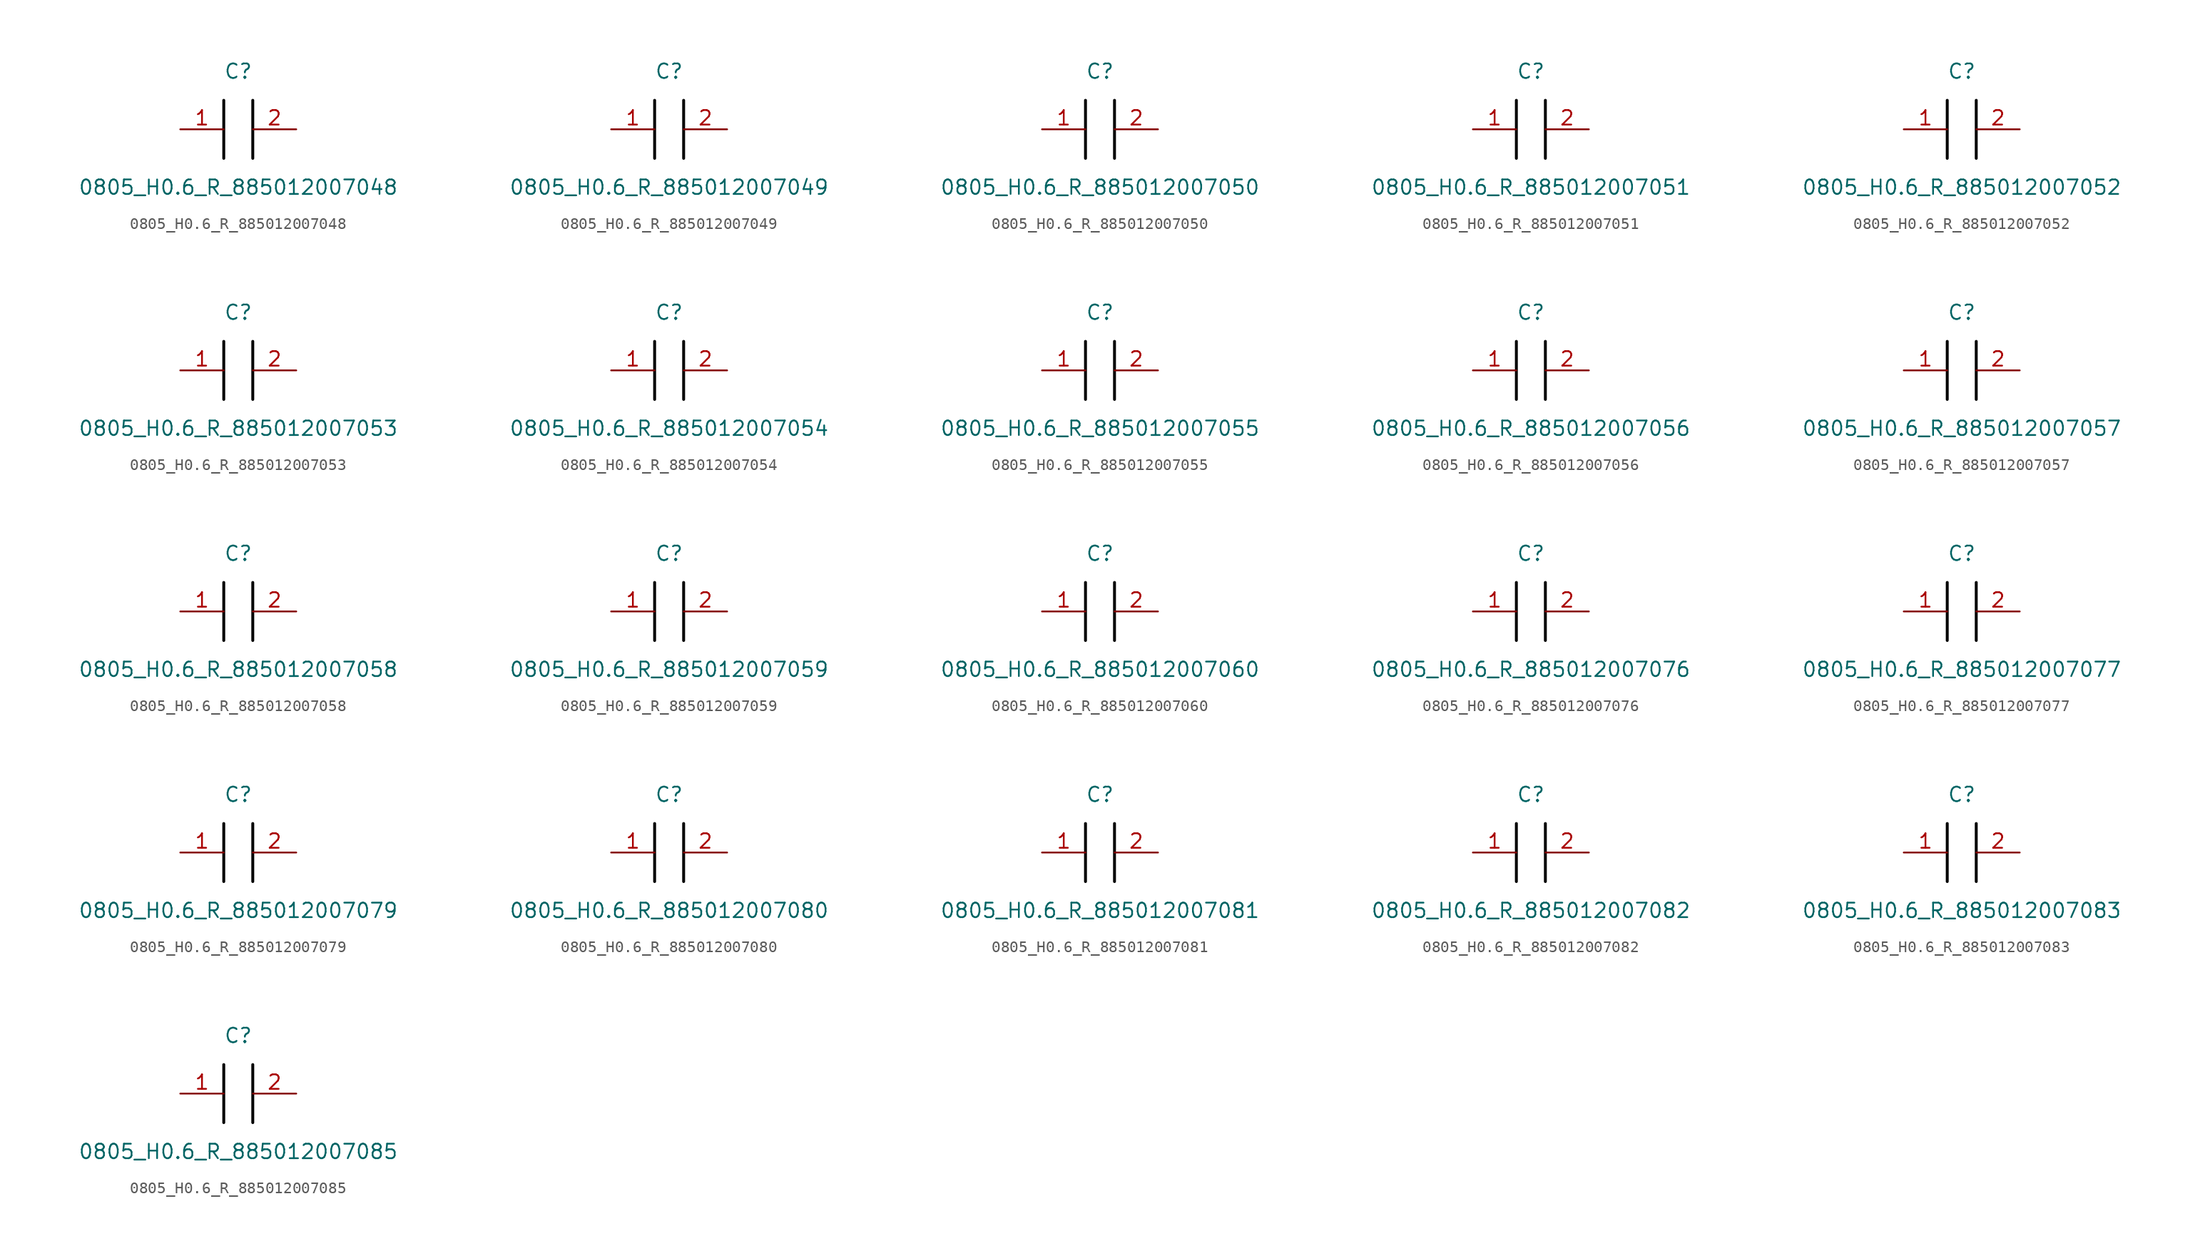
<source format=kicad_sym>
(kicad_symbol_lib
  (version 20220914)
  (generator kicad_symbol_editor)
  (symbol "0805_H0.6_R_885012007048"
    (pin_names hide)
    (property "Reference" "C"
      (at 0 5.08 0)
      (effects (font (size 1.27 1.27))))
    (property "Value" "0805_H0.6_R_885012007048"
      (at 0 -5.08 0)
      (effects (font (size 1.27 1.27))))
    (symbol "0805_H0.6_R_885012007048_1_1"
      (polyline (pts (xy -1.27 2.54) (xy -1.27 -2.54)) (stroke (width 0.254) (type default) (color 0 0 0 1)) (fill (type none)))
      (polyline (pts (xy 1.27 2.54) (xy 1.27 -2.54)) (stroke (width 0.254) (type default) (color 0 0 0 1)) (fill (type none)))
      (pin passive line (at -5.08 0 0) (length 3.81) (name "1" (effects (font (size 1.27 1.27)))) (number "1" (effects (font (size 1.27 1.27)))))
      (pin passive line (at 5.08 0 180) (length 3.81) (name "2" (effects (font (size 1.27 1.27)))) (number "2" (effects (font (size 1.27 1.27)))))))
  (symbol "0805_H0.6_R_885012007049"
    (pin_names hide)
    (property "Reference" "C"
      (at 0 5.08 0)
      (effects (font (size 1.27 1.27))))
    (property "Value" "0805_H0.6_R_885012007049"
      (at 0 -5.08 0)
      (effects (font (size 1.27 1.27))))
    (symbol "0805_H0.6_R_885012007049_1_1"
      (polyline (pts (xy -1.27 2.54) (xy -1.27 -2.54)) (stroke (width 0.254) (type default) (color 0 0 0 1)) (fill (type none)))
      (polyline (pts (xy 1.27 2.54) (xy 1.27 -2.54)) (stroke (width 0.254) (type default) (color 0 0 0 1)) (fill (type none)))
      (pin passive line (at -5.08 0 0) (length 3.81) (name "1" (effects (font (size 1.27 1.27)))) (number "1" (effects (font (size 1.27 1.27)))))
      (pin passive line (at 5.08 0 180) (length 3.81) (name "2" (effects (font (size 1.27 1.27)))) (number "2" (effects (font (size 1.27 1.27)))))))
  (symbol "0805_H0.6_R_885012007050"
    (pin_names hide)
    (property "Reference" "C"
      (at 0 5.08 0)
      (effects (font (size 1.27 1.27))))
    (property "Value" "0805_H0.6_R_885012007050"
      (at 0 -5.08 0)
      (effects (font (size 1.27 1.27))))
    (symbol "0805_H0.6_R_885012007050_1_1"
      (polyline (pts (xy -1.27 2.54) (xy -1.27 -2.54)) (stroke (width 0.254) (type default) (color 0 0 0 1)) (fill (type none)))
      (polyline (pts (xy 1.27 2.54) (xy 1.27 -2.54)) (stroke (width 0.254) (type default) (color 0 0 0 1)) (fill (type none)))
      (pin passive line (at -5.08 0 0) (length 3.81) (name "1" (effects (font (size 1.27 1.27)))) (number "1" (effects (font (size 1.27 1.27)))))
      (pin passive line (at 5.08 0 180) (length 3.81) (name "2" (effects (font (size 1.27 1.27)))) (number "2" (effects (font (size 1.27 1.27)))))))
  (symbol "0805_H0.6_R_885012007051"
    (pin_names hide)
    (property "Reference" "C"
      (at 0 5.08 0)
      (effects (font (size 1.27 1.27))))
    (property "Value" "0805_H0.6_R_885012007051"
      (at 0 -5.08 0)
      (effects (font (size 1.27 1.27))))
    (symbol "0805_H0.6_R_885012007051_1_1"
      (polyline (pts (xy -1.27 2.54) (xy -1.27 -2.54)) (stroke (width 0.254) (type default) (color 0 0 0 1)) (fill (type none)))
      (polyline (pts (xy 1.27 2.54) (xy 1.27 -2.54)) (stroke (width 0.254) (type default) (color 0 0 0 1)) (fill (type none)))
      (pin passive line (at -5.08 0 0) (length 3.81) (name "1" (effects (font (size 1.27 1.27)))) (number "1" (effects (font (size 1.27 1.27)))))
      (pin passive line (at 5.08 0 180) (length 3.81) (name "2" (effects (font (size 1.27 1.27)))) (number "2" (effects (font (size 1.27 1.27)))))))
  (symbol "0805_H0.6_R_885012007052"
    (pin_names hide)
    (property "Reference" "C"
      (at 0 5.08 0)
      (effects (font (size 1.27 1.27))))
    (property "Value" "0805_H0.6_R_885012007052"
      (at 0 -5.08 0)
      (effects (font (size 1.27 1.27))))
    (symbol "0805_H0.6_R_885012007052_1_1"
      (polyline (pts (xy -1.27 2.54) (xy -1.27 -2.54)) (stroke (width 0.254) (type default) (color 0 0 0 1)) (fill (type none)))
      (polyline (pts (xy 1.27 2.54) (xy 1.27 -2.54)) (stroke (width 0.254) (type default) (color 0 0 0 1)) (fill (type none)))
      (pin passive line (at -5.08 0 0) (length 3.81) (name "1" (effects (font (size 1.27 1.27)))) (number "1" (effects (font (size 1.27 1.27)))))
      (pin passive line (at 5.08 0 180) (length 3.81) (name "2" (effects (font (size 1.27 1.27)))) (number "2" (effects (font (size 1.27 1.27)))))))
  (symbol "0805_H0.6_R_885012007053"
    (pin_names hide)
    (property "Reference" "C"
      (at 0 5.08 0)
      (effects (font (size 1.27 1.27))))
    (property "Value" "0805_H0.6_R_885012007053"
      (at 0 -5.08 0)
      (effects (font (size 1.27 1.27))))
    (symbol "0805_H0.6_R_885012007053_1_1"
      (polyline (pts (xy -1.27 2.54) (xy -1.27 -2.54)) (stroke (width 0.254) (type default) (color 0 0 0 1)) (fill (type none)))
      (polyline (pts (xy 1.27 2.54) (xy 1.27 -2.54)) (stroke (width 0.254) (type default) (color 0 0 0 1)) (fill (type none)))
      (pin passive line (at -5.08 0 0) (length 3.81) (name "1" (effects (font (size 1.27 1.27)))) (number "1" (effects (font (size 1.27 1.27)))))
      (pin passive line (at 5.08 0 180) (length 3.81) (name "2" (effects (font (size 1.27 1.27)))) (number "2" (effects (font (size 1.27 1.27)))))))
  (symbol "0805_H0.6_R_885012007054"
    (pin_names hide)
    (property "Reference" "C"
      (at 0 5.08 0)
      (effects (font (size 1.27 1.27))))
    (property "Value" "0805_H0.6_R_885012007054"
      (at 0 -5.08 0)
      (effects (font (size 1.27 1.27))))
    (symbol "0805_H0.6_R_885012007054_1_1"
      (polyline (pts (xy -1.27 2.54) (xy -1.27 -2.54)) (stroke (width 0.254) (type default) (color 0 0 0 1)) (fill (type none)))
      (polyline (pts (xy 1.27 2.54) (xy 1.27 -2.54)) (stroke (width 0.254) (type default) (color 0 0 0 1)) (fill (type none)))
      (pin passive line (at -5.08 0 0) (length 3.81) (name "1" (effects (font (size 1.27 1.27)))) (number "1" (effects (font (size 1.27 1.27)))))
      (pin passive line (at 5.08 0 180) (length 3.81) (name "2" (effects (font (size 1.27 1.27)))) (number "2" (effects (font (size 1.27 1.27)))))))
  (symbol "0805_H0.6_R_885012007055"
    (pin_names hide)
    (property "Reference" "C"
      (at 0 5.08 0)
      (effects (font (size 1.27 1.27))))
    (property "Value" "0805_H0.6_R_885012007055"
      (at 0 -5.08 0)
      (effects (font (size 1.27 1.27))))
    (symbol "0805_H0.6_R_885012007055_1_1"
      (polyline (pts (xy -1.27 2.54) (xy -1.27 -2.54)) (stroke (width 0.254) (type default) (color 0 0 0 1)) (fill (type none)))
      (polyline (pts (xy 1.27 2.54) (xy 1.27 -2.54)) (stroke (width 0.254) (type default) (color 0 0 0 1)) (fill (type none)))
      (pin passive line (at -5.08 0 0) (length 3.81) (name "1" (effects (font (size 1.27 1.27)))) (number "1" (effects (font (size 1.27 1.27)))))
      (pin passive line (at 5.08 0 180) (length 3.81) (name "2" (effects (font (size 1.27 1.27)))) (number "2" (effects (font (size 1.27 1.27)))))))
  (symbol "0805_H0.6_R_885012007056"
    (pin_names hide)
    (property "Reference" "C"
      (at 0 5.08 0)
      (effects (font (size 1.27 1.27))))
    (property "Value" "0805_H0.6_R_885012007056"
      (at 0 -5.08 0)
      (effects (font (size 1.27 1.27))))
    (symbol "0805_H0.6_R_885012007056_1_1"
      (polyline (pts (xy -1.27 2.54) (xy -1.27 -2.54)) (stroke (width 0.254) (type default) (color 0 0 0 1)) (fill (type none)))
      (polyline (pts (xy 1.27 2.54) (xy 1.27 -2.54)) (stroke (width 0.254) (type default) (color 0 0 0 1)) (fill (type none)))
      (pin passive line (at -5.08 0 0) (length 3.81) (name "1" (effects (font (size 1.27 1.27)))) (number "1" (effects (font (size 1.27 1.27)))))
      (pin passive line (at 5.08 0 180) (length 3.81) (name "2" (effects (font (size 1.27 1.27)))) (number "2" (effects (font (size 1.27 1.27)))))))
  (symbol "0805_H0.6_R_885012007057"
    (pin_names hide)
    (property "Reference" "C"
      (at 0 5.08 0)
      (effects (font (size 1.27 1.27))))
    (property "Value" "0805_H0.6_R_885012007057"
      (at 0 -5.08 0)
      (effects (font (size 1.27 1.27))))
    (symbol "0805_H0.6_R_885012007057_1_1"
      (polyline (pts (xy -1.27 2.54) (xy -1.27 -2.54)) (stroke (width 0.254) (type default) (color 0 0 0 1)) (fill (type none)))
      (polyline (pts (xy 1.27 2.54) (xy 1.27 -2.54)) (stroke (width 0.254) (type default) (color 0 0 0 1)) (fill (type none)))
      (pin passive line (at -5.08 0 0) (length 3.81) (name "1" (effects (font (size 1.27 1.27)))) (number "1" (effects (font (size 1.27 1.27)))))
      (pin passive line (at 5.08 0 180) (length 3.81) (name "2" (effects (font (size 1.27 1.27)))) (number "2" (effects (font (size 1.27 1.27)))))))
  (symbol "0805_H0.6_R_885012007058"
    (pin_names hide)
    (property "Reference" "C"
      (at 0 5.08 0)
      (effects (font (size 1.27 1.27))))
    (property "Value" "0805_H0.6_R_885012007058"
      (at 0 -5.08 0)
      (effects (font (size 1.27 1.27))))
    (symbol "0805_H0.6_R_885012007058_1_1"
      (polyline (pts (xy -1.27 2.54) (xy -1.27 -2.54)) (stroke (width 0.254) (type default) (color 0 0 0 1)) (fill (type none)))
      (polyline (pts (xy 1.27 2.54) (xy 1.27 -2.54)) (stroke (width 0.254) (type default) (color 0 0 0 1)) (fill (type none)))
      (pin passive line (at -5.08 0 0) (length 3.81) (name "1" (effects (font (size 1.27 1.27)))) (number "1" (effects (font (size 1.27 1.27)))))
      (pin passive line (at 5.08 0 180) (length 3.81) (name "2" (effects (font (size 1.27 1.27)))) (number "2" (effects (font (size 1.27 1.27)))))))
  (symbol "0805_H0.6_R_885012007059"
    (pin_names hide)
    (property "Reference" "C"
      (at 0 5.08 0)
      (effects (font (size 1.27 1.27))))
    (property "Value" "0805_H0.6_R_885012007059"
      (at 0 -5.08 0)
      (effects (font (size 1.27 1.27))))
    (symbol "0805_H0.6_R_885012007059_1_1"
      (polyline (pts (xy -1.27 2.54) (xy -1.27 -2.54)) (stroke (width 0.254) (type default) (color 0 0 0 1)) (fill (type none)))
      (polyline (pts (xy 1.27 2.54) (xy 1.27 -2.54)) (stroke (width 0.254) (type default) (color 0 0 0 1)) (fill (type none)))
      (pin passive line (at -5.08 0 0) (length 3.81) (name "1" (effects (font (size 1.27 1.27)))) (number "1" (effects (font (size 1.27 1.27)))))
      (pin passive line (at 5.08 0 180) (length 3.81) (name "2" (effects (font (size 1.27 1.27)))) (number "2" (effects (font (size 1.27 1.27)))))))
  (symbol "0805_H0.6_R_885012007060"
    (pin_names hide)
    (property "Reference" "C"
      (at 0 5.08 0)
      (effects (font (size 1.27 1.27))))
    (property "Value" "0805_H0.6_R_885012007060"
      (at 0 -5.08 0)
      (effects (font (size 1.27 1.27))))
    (symbol "0805_H0.6_R_885012007060_1_1"
      (polyline (pts (xy -1.27 2.54) (xy -1.27 -2.54)) (stroke (width 0.254) (type default) (color 0 0 0 1)) (fill (type none)))
      (polyline (pts (xy 1.27 2.54) (xy 1.27 -2.54)) (stroke (width 0.254) (type default) (color 0 0 0 1)) (fill (type none)))
      (pin passive line (at -5.08 0 0) (length 3.81) (name "1" (effects (font (size 1.27 1.27)))) (number "1" (effects (font (size 1.27 1.27)))))
      (pin passive line (at 5.08 0 180) (length 3.81) (name "2" (effects (font (size 1.27 1.27)))) (number "2" (effects (font (size 1.27 1.27)))))))
  (symbol "0805_H0.6_R_885012007076"
    (pin_names hide)
    (property "Reference" "C"
      (at 0 5.08 0)
      (effects (font (size 1.27 1.27))))
    (property "Value" "0805_H0.6_R_885012007076"
      (at 0 -5.08 0)
      (effects (font (size 1.27 1.27))))
    (symbol "0805_H0.6_R_885012007076_1_1"
      (polyline (pts (xy -1.27 2.54) (xy -1.27 -2.54)) (stroke (width 0.254) (type default) (color 0 0 0 1)) (fill (type none)))
      (polyline (pts (xy 1.27 2.54) (xy 1.27 -2.54)) (stroke (width 0.254) (type default) (color 0 0 0 1)) (fill (type none)))
      (pin passive line (at -5.08 0 0) (length 3.81) (name "1" (effects (font (size 1.27 1.27)))) (number "1" (effects (font (size 1.27 1.27)))))
      (pin passive line (at 5.08 0 180) (length 3.81) (name "2" (effects (font (size 1.27 1.27)))) (number "2" (effects (font (size 1.27 1.27)))))))
  (symbol "0805_H0.6_R_885012007077"
    (pin_names hide)
    (property "Reference" "C"
      (at 0 5.08 0)
      (effects (font (size 1.27 1.27))))
    (property "Value" "0805_H0.6_R_885012007077"
      (at 0 -5.08 0)
      (effects (font (size 1.27 1.27))))
    (symbol "0805_H0.6_R_885012007077_1_1"
      (polyline (pts (xy -1.27 2.54) (xy -1.27 -2.54)) (stroke (width 0.254) (type default) (color 0 0 0 1)) (fill (type none)))
      (polyline (pts (xy 1.27 2.54) (xy 1.27 -2.54)) (stroke (width 0.254) (type default) (color 0 0 0 1)) (fill (type none)))
      (pin passive line (at -5.08 0 0) (length 3.81) (name "1" (effects (font (size 1.27 1.27)))) (number "1" (effects (font (size 1.27 1.27)))))
      (pin passive line (at 5.08 0 180) (length 3.81) (name "2" (effects (font (size 1.27 1.27)))) (number "2" (effects (font (size 1.27 1.27)))))))
  (symbol "0805_H0.6_R_885012007079"
    (pin_names hide)
    (property "Reference" "C"
      (at 0 5.08 0)
      (effects (font (size 1.27 1.27))))
    (property "Value" "0805_H0.6_R_885012007079"
      (at 0 -5.08 0)
      (effects (font (size 1.27 1.27))))
    (symbol "0805_H0.6_R_885012007079_1_1"
      (polyline (pts (xy -1.27 2.54) (xy -1.27 -2.54)) (stroke (width 0.254) (type default) (color 0 0 0 1)) (fill (type none)))
      (polyline (pts (xy 1.27 2.54) (xy 1.27 -2.54)) (stroke (width 0.254) (type default) (color 0 0 0 1)) (fill (type none)))
      (pin passive line (at -5.08 0 0) (length 3.81) (name "1" (effects (font (size 1.27 1.27)))) (number "1" (effects (font (size 1.27 1.27)))))
      (pin passive line (at 5.08 0 180) (length 3.81) (name "2" (effects (font (size 1.27 1.27)))) (number "2" (effects (font (size 1.27 1.27)))))))
  (symbol "0805_H0.6_R_885012007080"
    (pin_names hide)
    (property "Reference" "C"
      (at 0 5.08 0)
      (effects (font (size 1.27 1.27))))
    (property "Value" "0805_H0.6_R_885012007080"
      (at 0 -5.08 0)
      (effects (font (size 1.27 1.27))))
    (symbol "0805_H0.6_R_885012007080_1_1"
      (polyline (pts (xy -1.27 2.54) (xy -1.27 -2.54)) (stroke (width 0.254) (type default) (color 0 0 0 1)) (fill (type none)))
      (polyline (pts (xy 1.27 2.54) (xy 1.27 -2.54)) (stroke (width 0.254) (type default) (color 0 0 0 1)) (fill (type none)))
      (pin passive line (at -5.08 0 0) (length 3.81) (name "1" (effects (font (size 1.27 1.27)))) (number "1" (effects (font (size 1.27 1.27)))))
      (pin passive line (at 5.08 0 180) (length 3.81) (name "2" (effects (font (size 1.27 1.27)))) (number "2" (effects (font (size 1.27 1.27)))))))
  (symbol "0805_H0.6_R_885012007081"
    (pin_names hide)
    (property "Reference" "C"
      (at 0 5.08 0)
      (effects (font (size 1.27 1.27))))
    (property "Value" "0805_H0.6_R_885012007081"
      (at 0 -5.08 0)
      (effects (font (size 1.27 1.27))))
    (symbol "0805_H0.6_R_885012007081_1_1"
      (polyline (pts (xy -1.27 2.54) (xy -1.27 -2.54)) (stroke (width 0.254) (type default) (color 0 0 0 1)) (fill (type none)))
      (polyline (pts (xy 1.27 2.54) (xy 1.27 -2.54)) (stroke (width 0.254) (type default) (color 0 0 0 1)) (fill (type none)))
      (pin passive line (at -5.08 0 0) (length 3.81) (name "1" (effects (font (size 1.27 1.27)))) (number "1" (effects (font (size 1.27 1.27)))))
      (pin passive line (at 5.08 0 180) (length 3.81) (name "2" (effects (font (size 1.27 1.27)))) (number "2" (effects (font (size 1.27 1.27)))))))
  (symbol "0805_H0.6_R_885012007082"
    (pin_names hide)
    (property "Reference" "C"
      (at 0 5.08 0)
      (effects (font (size 1.27 1.27))))
    (property "Value" "0805_H0.6_R_885012007082"
      (at 0 -5.08 0)
      (effects (font (size 1.27 1.27))))
    (symbol "0805_H0.6_R_885012007082_1_1"
      (polyline (pts (xy -1.27 2.54) (xy -1.27 -2.54)) (stroke (width 0.254) (type default) (color 0 0 0 1)) (fill (type none)))
      (polyline (pts (xy 1.27 2.54) (xy 1.27 -2.54)) (stroke (width 0.254) (type default) (color 0 0 0 1)) (fill (type none)))
      (pin passive line (at -5.08 0 0) (length 3.81) (name "1" (effects (font (size 1.27 1.27)))) (number "1" (effects (font (size 1.27 1.27)))))
      (pin passive line (at 5.08 0 180) (length 3.81) (name "2" (effects (font (size 1.27 1.27)))) (number "2" (effects (font (size 1.27 1.27)))))))
  (symbol "0805_H0.6_R_885012007083"
    (pin_names hide)
    (property "Reference" "C"
      (at 0 5.08 0)
      (effects (font (size 1.27 1.27))))
    (property "Value" "0805_H0.6_R_885012007083"
      (at 0 -5.08 0)
      (effects (font (size 1.27 1.27))))
    (symbol "0805_H0.6_R_885012007083_1_1"
      (polyline (pts (xy -1.27 2.54) (xy -1.27 -2.54)) (stroke (width 0.254) (type default) (color 0 0 0 1)) (fill (type none)))
      (polyline (pts (xy 1.27 2.54) (xy 1.27 -2.54)) (stroke (width 0.254) (type default) (color 0 0 0 1)) (fill (type none)))
      (pin passive line (at -5.08 0 0) (length 3.81) (name "1" (effects (font (size 1.27 1.27)))) (number "1" (effects (font (size 1.27 1.27)))))
      (pin passive line (at 5.08 0 180) (length 3.81) (name "2" (effects (font (size 1.27 1.27)))) (number "2" (effects (font (size 1.27 1.27)))))))
  (symbol "0805_H0.6_R_885012007085"
    (pin_names hide)
    (property "Reference" "C"
      (at 0 5.08 0)
      (effects (font (size 1.27 1.27))))
    (property "Value" "0805_H0.6_R_885012007085"
      (at 0 -5.08 0)
      (effects (font (size 1.27 1.27))))
    (symbol "0805_H0.6_R_885012007085_1_1"
      (polyline (pts (xy -1.27 2.54) (xy -1.27 -2.54)) (stroke (width 0.254) (type default) (color 0 0 0 1)) (fill (type none)))
      (polyline (pts (xy 1.27 2.54) (xy 1.27 -2.54)) (stroke (width 0.254) (type default) (color 0 0 0 1)) (fill (type none)))
      (pin passive line (at -5.08 0 0) (length 3.81) (name "1" (effects (font (size 1.27 1.27)))) (number "1" (effects (font (size 1.27 1.27)))))
      (pin passive line (at 5.08 0 180) (length 3.81) (name "2" (effects (font (size 1.27 1.27)))) (number "2" (effects (font (size 1.27 1.27))))))))
</source>
